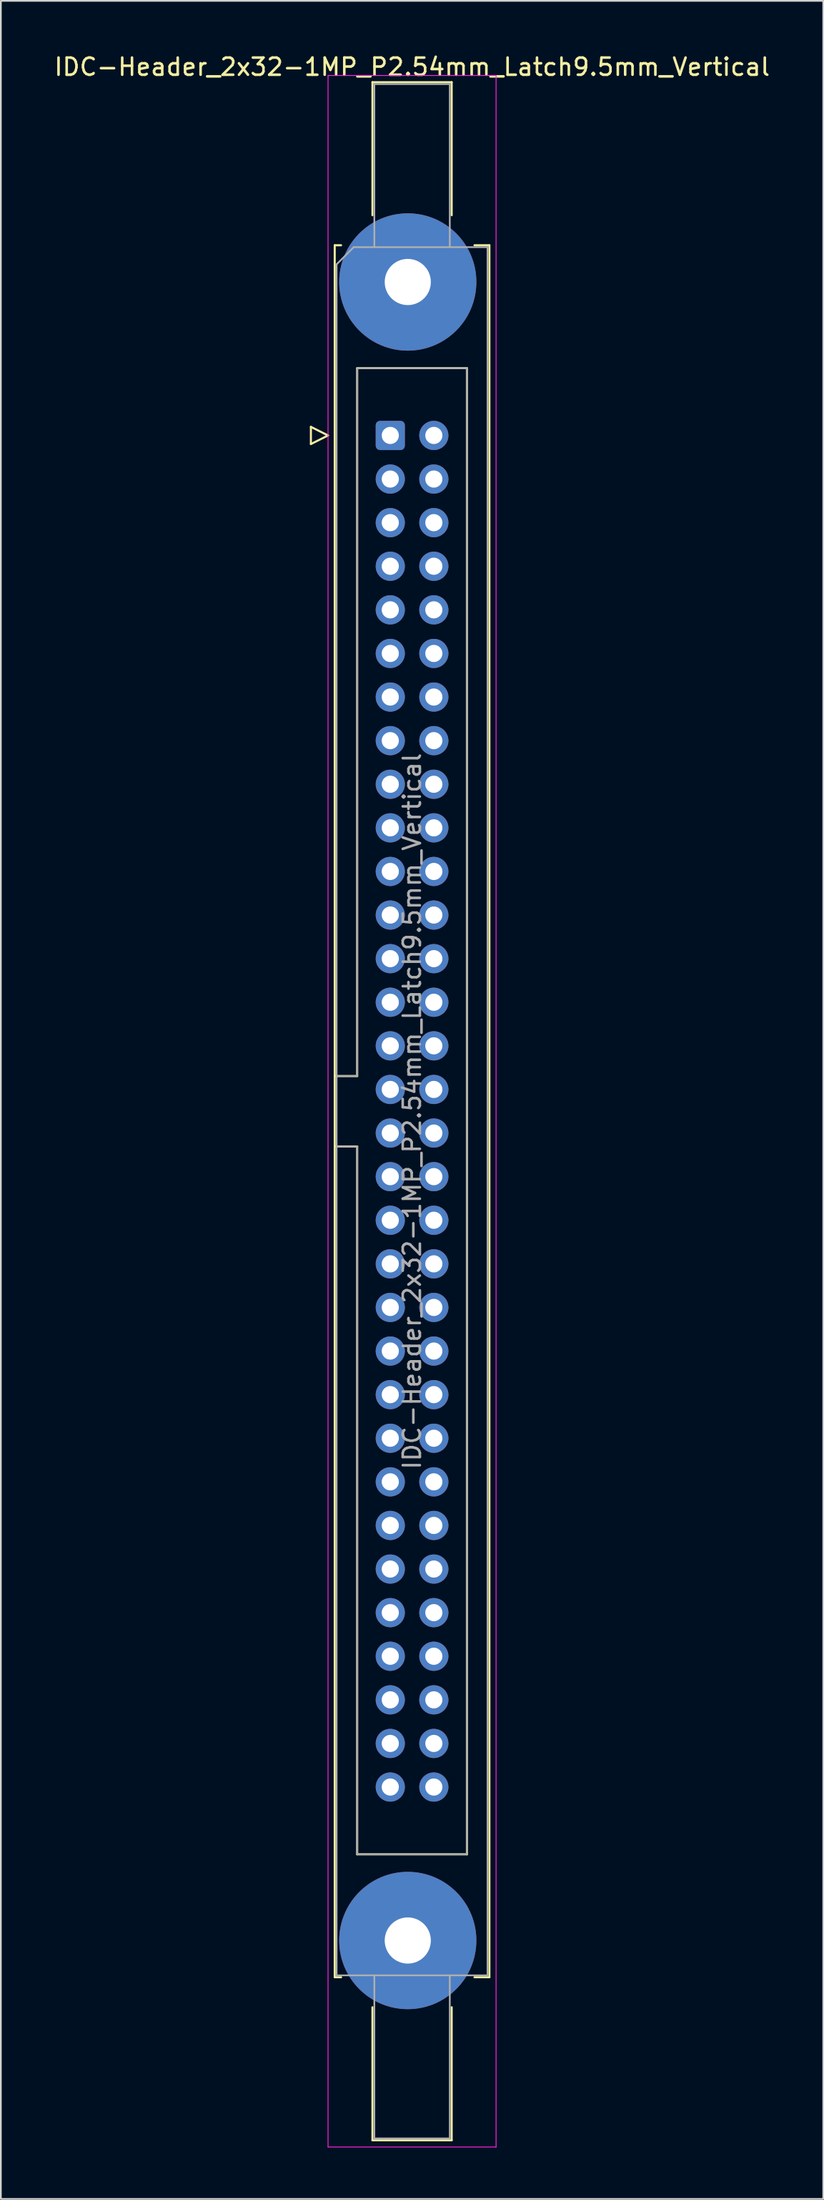
<source format=kicad_pcb>
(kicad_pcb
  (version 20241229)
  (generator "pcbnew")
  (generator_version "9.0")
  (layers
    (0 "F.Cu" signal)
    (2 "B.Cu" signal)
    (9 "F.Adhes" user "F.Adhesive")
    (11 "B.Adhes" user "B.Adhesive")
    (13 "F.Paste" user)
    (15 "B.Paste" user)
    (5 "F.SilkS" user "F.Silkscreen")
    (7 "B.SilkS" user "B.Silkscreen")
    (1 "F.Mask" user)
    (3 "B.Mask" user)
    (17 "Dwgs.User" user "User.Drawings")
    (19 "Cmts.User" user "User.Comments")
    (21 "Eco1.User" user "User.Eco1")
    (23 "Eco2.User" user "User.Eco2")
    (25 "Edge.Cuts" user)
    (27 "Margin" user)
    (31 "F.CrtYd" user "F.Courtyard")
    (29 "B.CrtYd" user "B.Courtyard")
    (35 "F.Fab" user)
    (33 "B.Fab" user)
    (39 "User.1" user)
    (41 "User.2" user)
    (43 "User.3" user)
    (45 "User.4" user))
  (footprint "IDC-Header_2x32-1MP_P2.54mm_Latch9.5mm_Vertical"
    (layer "F.Cu")
    (at 19.712 22.318)
    (property "Reference" "IDC-Header_2x32-1MP_P2.54mm_Latch9.5mm_Vertical" (at 1.27 -21.47 0) (layer "F.SilkS") (effects (font (size 1 1) (thickness 0.15))))
    (attr through_hole)
    (fp_line (start -4.63 -0.5) (end -4.63 0.5) (stroke (width 0.12) (type solid)) (layer "F.SilkS"))
    (fp_line (start -4.63 0.5) (end -3.63 0) (stroke (width 0.12) (type solid)) (layer "F.SilkS"))
    (fp_line (start -3.63 0) (end -4.63 -0.5) (stroke (width 0.12) (type solid)) (layer "F.SilkS"))
    (fp_line (start -3.24 -11.08) (end -3.24 89.82) (stroke (width 0.12) (type solid)) (layer "F.SilkS"))
    (fp_line (start -3.24 37.32) (end -1.93 37.32) (stroke (width 0.12) (type solid)) (layer "F.SilkS"))
    (fp_line (start -3.24 89.82) (end -2.87 89.82) (stroke (width 0.12) (type solid)) (layer "F.SilkS"))
    (fp_line (start -2.87 -11.08) (end -3.24 -11.08) (stroke (width 0.12) (type solid)) (layer "F.SilkS"))
    (fp_line (start -1.93 -3.92) (end 4.47 -3.92) (stroke (width 0.12) (type solid)) (layer "F.SilkS"))
    (fp_line (start -1.93 37.32) (end -1.93 -3.92) (stroke (width 0.12) (type solid)) (layer "F.SilkS"))
    (fp_line (start -1.93 41.42) (end -3.24 41.42) (stroke (width 0.12) (type solid)) (layer "F.SilkS"))
    (fp_line (start -1.93 82.66) (end -1.93 41.42) (stroke (width 0.12) (type solid)) (layer "F.SilkS"))
    (fp_line (start -1.04 -20.58) (end 3.58 -20.58) (stroke (width 0.12) (type solid)) (layer "F.SilkS"))
    (fp_line (start -1.04 -12.83) (end -1.04 -20.58) (stroke (width 0.12) (type solid)) (layer "F.SilkS"))
    (fp_line (start -1.04 91.57) (end -1.04 99.32) (stroke (width 0.12) (type solid)) (layer "F.SilkS"))
    (fp_line (start -1.04 99.32) (end 3.58 99.32) (stroke (width 0.12) (type solid)) (layer "F.SilkS"))
    (fp_line (start 3.58 -20.58) (end 3.58 -12.83) (stroke (width 0.12) (type solid)) (layer "F.SilkS"))
    (fp_line (start 3.58 99.32) (end 3.58 91.57) (stroke (width 0.12) (type solid)) (layer "F.SilkS"))
    (fp_line (start 4.47 -3.92) (end 4.47 82.66) (stroke (width 0.12) (type solid)) (layer "F.SilkS"))
    (fp_line (start 4.47 82.66) (end -1.93 82.66) (stroke (width 0.12) (type solid)) (layer "F.SilkS"))
    (fp_line (start 4.91 -11.08) (end 5.78 -11.08) (stroke (width 0.12) (type solid)) (layer "F.SilkS"))
    (fp_line (start 5.78 -11.08) (end 5.78 89.82) (stroke (width 0.12) (type solid)) (layer "F.SilkS"))
    (fp_line (start 5.78 89.82) (end 4.91 89.82) (stroke (width 0.12) (type solid)) (layer "F.SilkS"))
    (fp_line (start -3.63 -20.97) (end -3.63 99.71) (stroke (width 0.05) (type solid)) (layer "F.CrtYd"))
    (fp_line (start -3.63 99.71) (end 6.17 99.71) (stroke (width 0.05) (type solid)) (layer "F.CrtYd"))
    (fp_line (start 6.17 -20.97) (end -3.63 -20.97) (stroke (width 0.05) (type solid)) (layer "F.CrtYd"))
    (fp_line (start 6.17 99.71) (end 6.17 -20.97) (stroke (width 0.05) (type solid)) (layer "F.CrtYd"))
    (fp_line (start -3.13 -9.97) (end -2.13 -10.97) (stroke (width 0.1) (type solid)) (layer "F.Fab"))
    (fp_line (start -3.13 37.32) (end -1.93 37.32) (stroke (width 0.1) (type solid)) (layer "F.Fab"))
    (fp_line (start -3.13 89.71) (end -3.13 -9.97) (stroke (width 0.1) (type solid)) (layer "F.Fab"))
    (fp_line (start -2.13 -10.97) (end 5.67 -10.97) (stroke (width 0.1) (type solid)) (layer "F.Fab"))
    (fp_line (start -1.93 -3.92) (end 4.47 -3.92) (stroke (width 0.1) (type solid)) (layer "F.Fab"))
    (fp_line (start -1.93 37.32) (end -1.93 -3.92) (stroke (width 0.1) (type solid)) (layer "F.Fab"))
    (fp_line (start -1.93 41.42) (end -3.13 41.42) (stroke (width 0.1) (type solid)) (layer "F.Fab"))
    (fp_line (start -1.93 82.66) (end -1.93 41.42) (stroke (width 0.1) (type solid)) (layer "F.Fab"))
    (fp_line (start -0.93 -20.47) (end 3.47 -20.47) (stroke (width 0.1) (type solid)) (layer "F.Fab"))
    (fp_line (start -0.93 -10.97) (end -0.93 -20.47) (stroke (width 0.1) (type solid)) (layer "F.Fab"))
    (fp_line (start -0.93 89.71) (end -0.93 99.21) (stroke (width 0.1) (type solid)) (layer "F.Fab"))
    (fp_line (start -0.93 99.21) (end 3.47 99.21) (stroke (width 0.1) (type solid)) (layer "F.Fab"))
    (fp_line (start 3.47 -20.47) (end 3.47 -10.97) (stroke (width 0.1) (type solid)) (layer "F.Fab"))
    (fp_line (start 3.47 99.21) (end 3.47 89.71) (stroke (width 0.1) (type solid)) (layer "F.Fab"))
    (fp_line (start 4.47 -3.92) (end 4.47 82.66) (stroke (width 0.1) (type solid)) (layer "F.Fab"))
    (fp_line (start 4.47 82.66) (end -1.93 82.66) (stroke (width 0.1) (type solid)) (layer "F.Fab"))
    (fp_line (start 5.67 -10.97) (end 5.67 89.71) (stroke (width 0.1) (type solid)) (layer "F.Fab"))
    (fp_line (start 5.67 89.71) (end -3.13 89.71) (stroke (width 0.1) (type solid)) (layer "F.Fab"))
    (fp_text user "${REFERENCE}" (at 1.27 39.37 90) (layer "F.Fab") (effects (font (size 1 1) (thickness 0.15))))
    (pad "1" thru_hole roundrect (at 0 0) (size 1.7 1.7) (drill 1) (layers "*.Cu" "*.Mask") (roundrect_rratio 0.147))
    (pad "2" thru_hole circle (at 2.54 0) (size 1.7 1.7) (drill 1) (layers "*.Cu" "*.Mask"))
    (pad "3" thru_hole circle (at 0 2.54) (size 1.7 1.7) (drill 1) (layers "*.Cu" "*.Mask"))
    (pad "4" thru_hole circle (at 2.54 2.54) (size 1.7 1.7) (drill 1) (layers "*.Cu" "*.Mask"))
    (pad "5" thru_hole circle (at 0 5.08) (size 1.7 1.7) (drill 1) (layers "*.Cu" "*.Mask"))
    (pad "6" thru_hole circle (at 2.54 5.08) (size 1.7 1.7) (drill 1) (layers "*.Cu" "*.Mask"))
    (pad "7" thru_hole circle (at 0 7.62) (size 1.7 1.7) (drill 1) (layers "*.Cu" "*.Mask"))
    (pad "8" thru_hole circle (at 2.54 7.62) (size 1.7 1.7) (drill 1) (layers "*.Cu" "*.Mask"))
    (pad "9" thru_hole circle (at 0 10.16) (size 1.7 1.7) (drill 1) (layers "*.Cu" "*.Mask"))
    (pad "10" thru_hole circle (at 2.54 10.16) (size 1.7 1.7) (drill 1) (layers "*.Cu" "*.Mask"))
    (pad "11" thru_hole circle (at 0 12.7) (size 1.7 1.7) (drill 1) (layers "*.Cu" "*.Mask"))
    (pad "12" thru_hole circle (at 2.54 12.7) (size 1.7 1.7) (drill 1) (layers "*.Cu" "*.Mask"))
    (pad "13" thru_hole circle (at 0 15.24) (size 1.7 1.7) (drill 1) (layers "*.Cu" "*.Mask"))
    (pad "14" thru_hole circle (at 2.54 15.24) (size 1.7 1.7) (drill 1) (layers "*.Cu" "*.Mask"))
    (pad "15" thru_hole circle (at 0 17.78) (size 1.7 1.7) (drill 1) (layers "*.Cu" "*.Mask"))
    (pad "16" thru_hole circle (at 2.54 17.78) (size 1.7 1.7) (drill 1) (layers "*.Cu" "*.Mask"))
    (pad "17" thru_hole circle (at 0 20.32) (size 1.7 1.7) (drill 1) (layers "*.Cu" "*.Mask"))
    (pad "18" thru_hole circle (at 2.54 20.32) (size 1.7 1.7) (drill 1) (layers "*.Cu" "*.Mask"))
    (pad "19" thru_hole circle (at 0 22.86) (size 1.7 1.7) (drill 1) (layers "*.Cu" "*.Mask"))
    (pad "20" thru_hole circle (at 2.54 22.86) (size 1.7 1.7) (drill 1) (layers "*.Cu" "*.Mask"))
    (pad "21" thru_hole circle (at 0 25.4) (size 1.7 1.7) (drill 1) (layers "*.Cu" "*.Mask"))
    (pad "22" thru_hole circle (at 2.54 25.4) (size 1.7 1.7) (drill 1) (layers "*.Cu" "*.Mask"))
    (pad "23" thru_hole circle (at 0 27.94) (size 1.7 1.7) (drill 1) (layers "*.Cu" "*.Mask"))
    (pad "24" thru_hole circle (at 2.54 27.94) (size 1.7 1.7) (drill 1) (layers "*.Cu" "*.Mask"))
    (pad "25" thru_hole circle (at 0 30.48) (size 1.7 1.7) (drill 1) (layers "*.Cu" "*.Mask"))
    (pad "26" thru_hole circle (at 2.54 30.48) (size 1.7 1.7) (drill 1) (layers "*.Cu" "*.Mask"))
    (pad "27" thru_hole circle (at 0 33.02) (size 1.7 1.7) (drill 1) (layers "*.Cu" "*.Mask"))
    (pad "28" thru_hole circle (at 2.54 33.02) (size 1.7 1.7) (drill 1) (layers "*.Cu" "*.Mask"))
    (pad "29" thru_hole circle (at 0 35.56) (size 1.7 1.7) (drill 1) (layers "*.Cu" "*.Mask"))
    (pad "30" thru_hole circle (at 2.54 35.56) (size 1.7 1.7) (drill 1) (layers "*.Cu" "*.Mask"))
    (pad "31" thru_hole circle (at 0 38.1) (size 1.7 1.7) (drill 1) (layers "*.Cu" "*.Mask"))
    (pad "32" thru_hole circle (at 2.54 38.1) (size 1.7 1.7) (drill 1) (layers "*.Cu" "*.Mask"))
    (pad "33" thru_hole circle (at 0 40.64) (size 1.7 1.7) (drill 1) (layers "*.Cu" "*.Mask"))
    (pad "34" thru_hole circle (at 2.54 40.64) (size 1.7 1.7) (drill 1) (layers "*.Cu" "*.Mask"))
    (pad "35" thru_hole circle (at 0 43.18) (size 1.7 1.7) (drill 1) (layers "*.Cu" "*.Mask"))
    (pad "36" thru_hole circle (at 2.54 43.18) (size 1.7 1.7) (drill 1) (layers "*.Cu" "*.Mask"))
    (pad "37" thru_hole circle (at 0 45.72) (size 1.7 1.7) (drill 1) (layers "*.Cu" "*.Mask"))
    (pad "38" thru_hole circle (at 2.54 45.72) (size 1.7 1.7) (drill 1) (layers "*.Cu" "*.Mask"))
    (pad "39" thru_hole circle (at 0 48.26) (size 1.7 1.7) (drill 1) (layers "*.Cu" "*.Mask"))
    (pad "40" thru_hole circle (at 2.54 48.26) (size 1.7 1.7) (drill 1) (layers "*.Cu" "*.Mask"))
    (pad "41" thru_hole circle (at 0 50.8) (size 1.7 1.7) (drill 1) (layers "*.Cu" "*.Mask"))
    (pad "42" thru_hole circle (at 2.54 50.8) (size 1.7 1.7) (drill 1) (layers "*.Cu" "*.Mask"))
    (pad "43" thru_hole circle (at 0 53.34) (size 1.7 1.7) (drill 1) (layers "*.Cu" "*.Mask"))
    (pad "44" thru_hole circle (at 2.54 53.34) (size 1.7 1.7) (drill 1) (layers "*.Cu" "*.Mask"))
    (pad "45" thru_hole circle (at 0 55.88) (size 1.7 1.7) (drill 1) (layers "*.Cu" "*.Mask"))
    (pad "46" thru_hole circle (at 2.54 55.88) (size 1.7 1.7) (drill 1) (layers "*.Cu" "*.Mask"))
    (pad "47" thru_hole circle (at 0 58.42) (size 1.7 1.7) (drill 1) (layers "*.Cu" "*.Mask"))
    (pad "48" thru_hole circle (at 2.54 58.42) (size 1.7 1.7) (drill 1) (layers "*.Cu" "*.Mask"))
    (pad "49" thru_hole circle (at 0 60.96) (size 1.7 1.7) (drill 1) (layers "*.Cu" "*.Mask"))
    (pad "50" thru_hole circle (at 2.54 60.96) (size 1.7 1.7) (drill 1) (layers "*.Cu" "*.Mask"))
    (pad "51" thru_hole circle (at 0 63.5) (size 1.7 1.7) (drill 1) (layers "*.Cu" "*.Mask"))
    (pad "52" thru_hole circle (at 2.54 63.5) (size 1.7 1.7) (drill 1) (layers "*.Cu" "*.Mask"))
    (pad "53" thru_hole circle (at 0 66.04) (size 1.7 1.7) (drill 1) (layers "*.Cu" "*.Mask"))
    (pad "54" thru_hole circle (at 2.54 66.04) (size 1.7 1.7) (drill 1) (layers "*.Cu" "*.Mask"))
    (pad "55" thru_hole circle (at 0 68.58) (size 1.7 1.7) (drill 1) (layers "*.Cu" "*.Mask"))
    (pad "56" thru_hole circle (at 2.54 68.58) (size 1.7 1.7) (drill 1) (layers "*.Cu" "*.Mask"))
    (pad "57" thru_hole circle (at 0 71.12) (size 1.7 1.7) (drill 1) (layers "*.Cu" "*.Mask"))
    (pad "58" thru_hole circle (at 2.54 71.12) (size 1.7 1.7) (drill 1) (layers "*.Cu" "*.Mask"))
    (pad "59" thru_hole circle (at 0 73.66) (size 1.7 1.7) (drill 1) (layers "*.Cu" "*.Mask"))
    (pad "60" thru_hole circle (at 2.54 73.66) (size 1.7 1.7) (drill 1) (layers "*.Cu" "*.Mask"))
    (pad "61" thru_hole circle (at 0 76.2) (size 1.7 1.7) (drill 1) (layers "*.Cu" "*.Mask"))
    (pad "62" thru_hole circle (at 2.54 76.2) (size 1.7 1.7) (drill 1) (layers "*.Cu" "*.Mask"))
    (pad "63" thru_hole circle (at 0 78.74) (size 1.7 1.7) (drill 1) (layers "*.Cu" "*.Mask"))
    (pad "64" thru_hole circle (at 2.54 78.74) (size 1.7 1.7) (drill 1) (layers "*.Cu" "*.Mask"))
    (pad "MP" thru_hole circle (at 1.02 -8.94) (size 8 8) (drill 2.69) (layers "*.Cu" "*.Mask"))
    (pad "MP" thru_hole circle (at 1.02 87.68) (size 8 8) (drill 2.69) (layers "*.Cu" "*.Mask")))
  (gr_rect
    (start -3 -3)
    (end 44.964 125.053)
    (stroke (width 0.1) (type default))
    (fill no)
    (layer "Edge.Cuts")))
</source>
